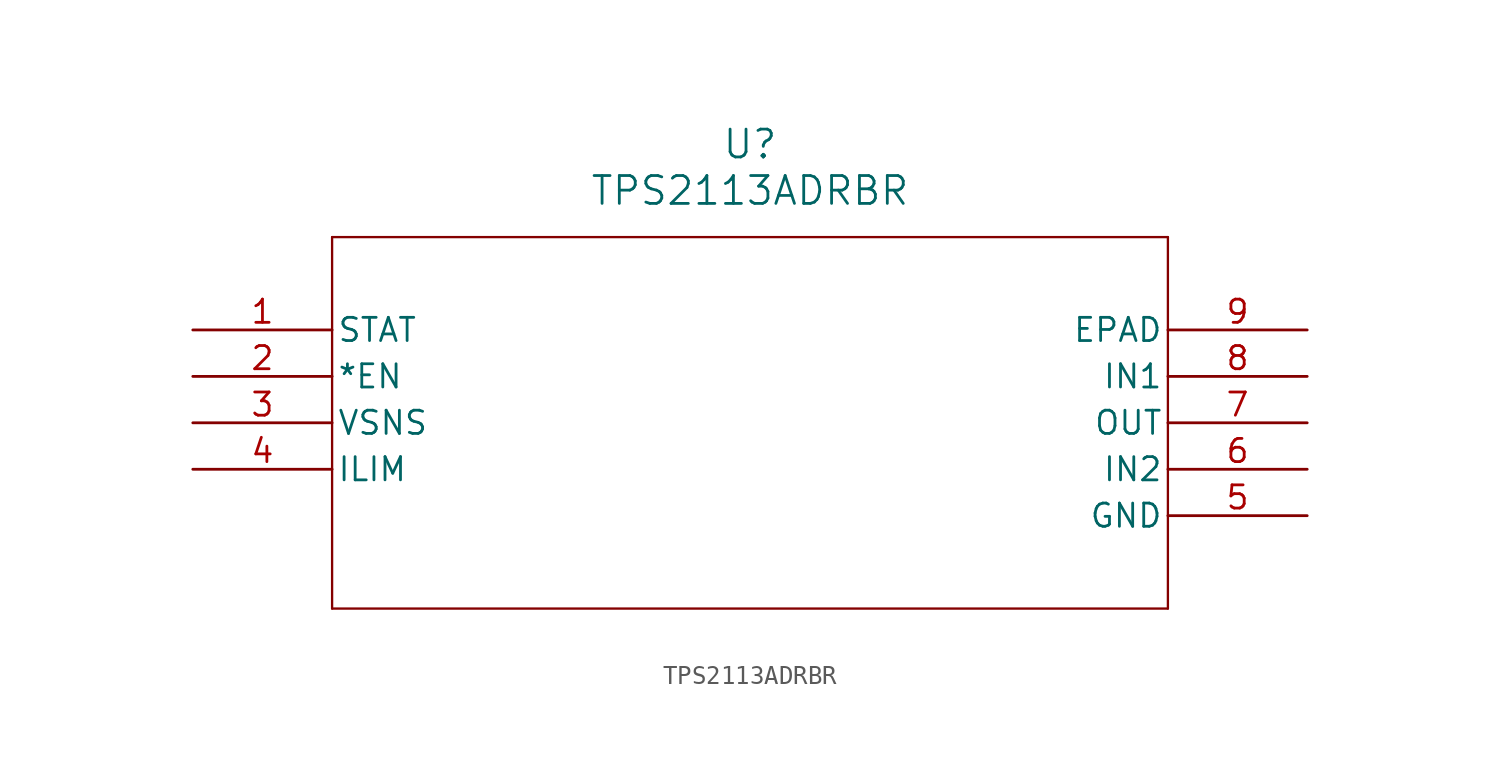
<source format=kicad_sym>
(kicad_symbol_lib
  (version 20211014)
  (generator kicad_symbol_editor)
  (symbol "TPS2113ADRBR"
    (pin_names
      (offset 0.254))
    (property "Reference" "U"
      (at 30.48 10.16 0)
      (effects (font (size 1.524 1.524))))
    (property "Value" "TPS2113ADRBR"
      (at 30.48 7.62 0)
      (effects (font (size 1.524 1.524))))
    (symbol "TPS2113ADRBR_0_1"
      (polyline (pts (xy 7.62 5.08) (xy 7.62 -15.24)) (stroke (width 0.127) (type default) (color 0 0 0 0)) (fill (type none)))
      (polyline (pts (xy 7.62 -15.24) (xy 53.34 -15.24)) (stroke (width 0.127) (type default) (color 0 0 0 0)) (fill (type none)))
      (polyline (pts (xy 53.34 -15.24) (xy 53.34 5.08)) (stroke (width 0.127) (type default) (color 0 0 0 0)) (fill (type none)))
      (polyline (pts (xy 53.34 5.08) (xy 7.62 5.08)) (stroke (width 0.127) (type default) (color 0 0 0 0)) (fill (type none)))
      (pin output line (at 0 0 0) (length 7.62) (name "STAT" (effects (font (size 1.27 1.27)))) (number "1" (effects (font (size 1.27 1.27)))))
      (pin input line (at 0 -2.54 0) (length 7.62) (name "*EN" (effects (font (size 1.27 1.27)))) (number "2" (effects (font (size 1.27 1.27)))))
      (pin input line (at 0 -5.08 0) (length 7.62) (name "VSNS" (effects (font (size 1.27 1.27)))) (number "3" (effects (font (size 1.27 1.27)))))
      (pin input line (at 0 -7.62 0) (length 7.62) (name "ILIM" (effects (font (size 1.27 1.27)))) (number "4" (effects (font (size 1.27 1.27)))))
      (pin power_in line (at 60.96 -10.16 180) (length 7.62) (name "GND" (effects (font (size 1.27 1.27)))) (number "5" (effects (font (size 1.27 1.27)))))
      (pin input line (at 60.96 -7.62 180) (length 7.62) (name "IN2" (effects (font (size 1.27 1.27)))) (number "6" (effects (font (size 1.27 1.27)))))
      (pin output line (at 60.96 -5.08 180) (length 7.62) (name "OUT" (effects (font (size 1.27 1.27)))) (number "7" (effects (font (size 1.27 1.27)))))
      (pin input line (at 60.96 -2.54 180) (length 7.62) (name "IN1" (effects (font (size 1.27 1.27)))) (number "8" (effects (font (size 1.27 1.27)))))
      (pin unspecified line (at 60.96 0 180) (length 7.62) (name "EPAD" (effects (font (size 1.27 1.27)))) (number "9" (effects (font (size 1.27 1.27))))))))
</source>
